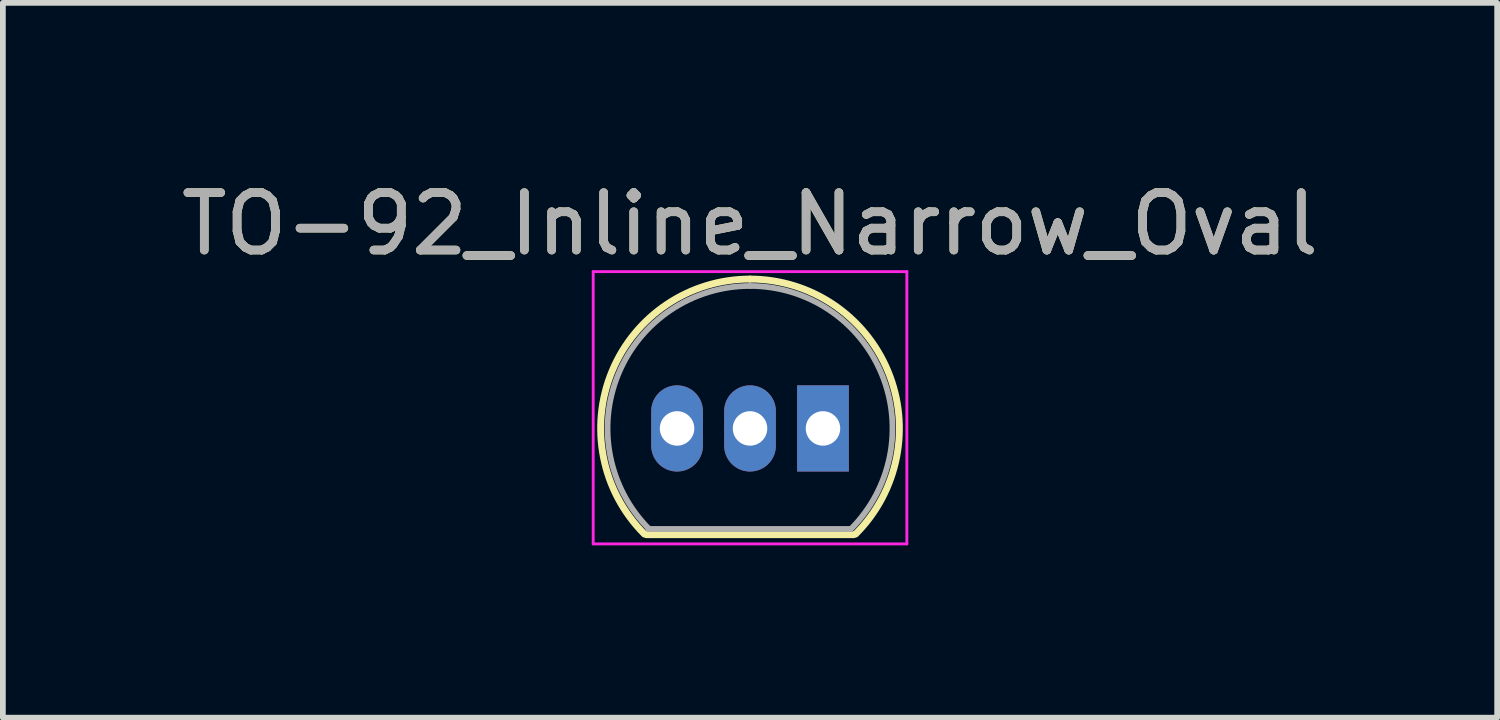
<source format=kicad_pcb>
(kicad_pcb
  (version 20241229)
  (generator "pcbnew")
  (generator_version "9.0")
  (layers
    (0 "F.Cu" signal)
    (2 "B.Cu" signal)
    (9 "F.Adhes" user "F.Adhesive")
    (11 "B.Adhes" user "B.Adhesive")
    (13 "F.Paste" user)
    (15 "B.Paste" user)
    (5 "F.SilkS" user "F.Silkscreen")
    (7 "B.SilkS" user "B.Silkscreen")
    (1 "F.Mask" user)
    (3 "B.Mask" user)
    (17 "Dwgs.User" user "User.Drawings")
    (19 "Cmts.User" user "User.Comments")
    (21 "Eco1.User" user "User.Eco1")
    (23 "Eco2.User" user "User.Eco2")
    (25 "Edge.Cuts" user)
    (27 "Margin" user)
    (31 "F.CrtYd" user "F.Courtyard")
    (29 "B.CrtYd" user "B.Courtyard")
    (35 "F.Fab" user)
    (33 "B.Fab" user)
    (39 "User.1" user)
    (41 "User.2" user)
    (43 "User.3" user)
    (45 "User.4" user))
  (footprint "TO-92_Inline_Narrow_Oval"
    (layer "F.Cu")
    (at 8.736 4.408)
    (property "Reference" "TO-92_Inline_Narrow_Oval" (at 1.27 -3.56 0) (layer "F.SilkS") (effects (font (size 1 1) (thickness 0.15))))
    (attr through_hole)
    (fp_line (start -0.53 1.85) (end 3.07 1.85) (stroke (width 0.12) (type solid)) (layer "F.SilkS"))
    (fp_arc (start -0.568478 1.838478) (mid -1.132087 -0.994977) (end 1.27 -2.6) (stroke (width 0.12) (type solid)) (layer "F.SilkS"))
    (fp_arc (start 1.27 -2.6) (mid 3.672087 -0.994977) (end 3.108478 1.838478) (stroke (width 0.12) (type solid)) (layer "F.SilkS"))
    (fp_line (start -1.46 -2.73) (end -1.46 2.01) (stroke (width 0.05) (type solid)) (layer "F.CrtYd"))
    (fp_line (start -1.46 -2.73) (end 4 -2.73) (stroke (width 0.05) (type solid)) (layer "F.CrtYd"))
    (fp_line (start 4 2.01) (end -1.46 2.01) (stroke (width 0.05) (type solid)) (layer "F.CrtYd"))
    (fp_line (start 4 2.01) (end 4 -2.73) (stroke (width 0.05) (type solid)) (layer "F.CrtYd"))
    (fp_line (start -0.5 1.75) (end 3 1.75) (stroke (width 0.1) (type solid)) (layer "F.Fab"))
    (fp_arc (start -0.483625 1.753625) (mid -1.021221 -0.949055) (end 1.27 -2.48) (stroke (width 0.1) (type solid)) (layer "F.Fab"))
    (fp_arc (start 1.27 -2.48) (mid 3.561221 -0.949055) (end 3.023625 1.753625) (stroke (width 0.1) (type solid)) (layer "F.Fab"))
    (fp_text user "${REFERENCE}" (at 1.27 -3.56 0) (layer "F.Fab") (effects (font (size 1 1) (thickness 0.15))))
    (pad "1" thru_hole rect (at 2.54 0 180) (size 0.9 1.5) (drill 0.6) (layers "*.Cu" "*.Mask"))
    (pad "2" thru_hole oval (at 1.27 0 180) (size 0.9 1.5) (drill 0.6) (layers "*.Cu" "*.Mask"))
    (pad "3" thru_hole oval (at 0 0 180) (size 0.9 1.5) (drill 0.6) (layers "*.Cu" "*.Mask")))
  (gr_rect
    (start -3 -3)
    (end 23.012 9.443)
    (stroke (width 0.1) (type default))
    (fill no)
    (layer "Edge.Cuts")))
</source>
